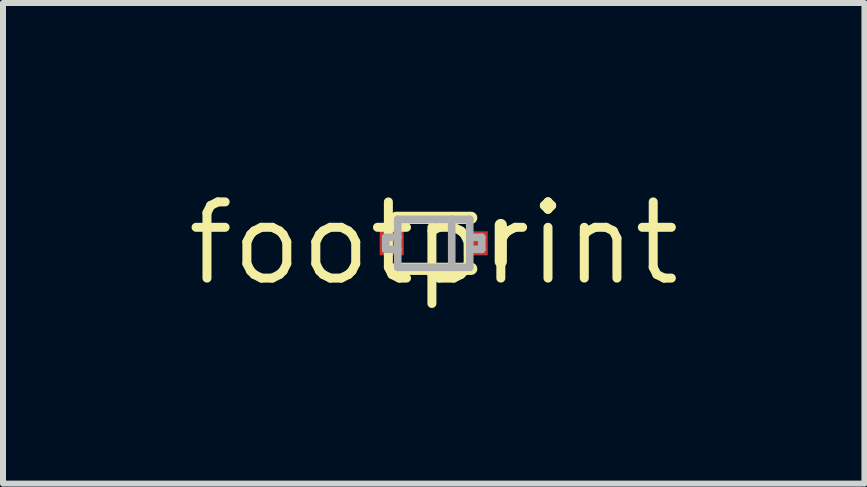
<source format=kicad_pcb>
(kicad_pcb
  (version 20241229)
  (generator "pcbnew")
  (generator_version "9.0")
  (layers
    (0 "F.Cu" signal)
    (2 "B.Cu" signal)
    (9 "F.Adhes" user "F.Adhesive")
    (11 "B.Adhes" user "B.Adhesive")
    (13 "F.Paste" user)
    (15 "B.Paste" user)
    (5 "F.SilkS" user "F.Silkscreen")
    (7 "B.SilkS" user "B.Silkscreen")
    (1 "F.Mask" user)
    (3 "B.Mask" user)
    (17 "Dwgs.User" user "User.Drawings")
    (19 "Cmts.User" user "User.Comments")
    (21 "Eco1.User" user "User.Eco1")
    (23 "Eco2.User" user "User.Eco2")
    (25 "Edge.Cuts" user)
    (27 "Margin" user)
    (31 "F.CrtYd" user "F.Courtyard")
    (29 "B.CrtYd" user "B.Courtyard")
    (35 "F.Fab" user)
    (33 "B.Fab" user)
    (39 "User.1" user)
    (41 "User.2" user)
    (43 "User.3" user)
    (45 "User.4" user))
  (footprint "footprint"
    (layer "F.Cu")
    (at 4.18 1.006)
    (property "Reference" "footprint" (at 0 0 0) (layer "F.SilkS") (effects (font (size 1.27 1.27) (thickness 0.15))))
    (fp_line (start -0.625 0.425) (end 0.625 0.425) (stroke (width 0.203) (type solid)) (layer "F.SilkS"))
    (fp_line (start 0.625 -0.425) (end -0.625 -0.425) (stroke (width 0.203) (type solid)) (layer "F.SilkS"))
    (fp_line (start 1.118 -0.305) (end 1.118 0.305) (stroke (width 0.203) (type solid)) (layer "F.SilkS"))
    (fp_line (start -0.8 -0.1) (end -0.8 0.1) (stroke (width 0.127) (type solid)) (layer "F.Fab"))
    (fp_line (start -0.6 -0.4) (end -0.6 -0.1) (stroke (width 0.127) (type solid)) (layer "F.Fab"))
    (fp_line (start -0.6 -0.1) (end -0.8 -0.1) (stroke (width 0.127) (type solid)) (layer "F.Fab"))
    (fp_line (start -0.6 -0.1) (end -0.6 0.1) (stroke (width 0.127) (type solid)) (layer "F.Fab"))
    (fp_line (start -0.6 0.1) (end -0.8 0.1) (stroke (width 0.127) (type solid)) (layer "F.Fab"))
    (fp_line (start -0.6 0.1) (end -0.6 0.4) (stroke (width 0.127) (type solid)) (layer "F.Fab"))
    (fp_line (start -0.6 0.4) (end 0.3 0.4) (stroke (width 0.127) (type solid)) (layer "F.Fab"))
    (fp_line (start 0.3 -0.4) (end -0.6 -0.4) (stroke (width 0.127) (type solid)) (layer "F.Fab"))
    (fp_line (start 0.3 -0.4) (end 0.3 0.4) (stroke (width 0.127) (type solid)) (layer "F.Fab"))
    (fp_line (start 0.3 0.4) (end 0.6 0.4) (stroke (width 0.127) (type solid)) (layer "F.Fab"))
    (fp_line (start 0.6 -0.4) (end 0.3 -0.4) (stroke (width 0.127) (type solid)) (layer "F.Fab"))
    (fp_line (start 0.6 -0.1) (end 0.6 -0.4) (stroke (width 0.127) (type solid)) (layer "F.Fab"))
    (fp_line (start 0.6 -0.1) (end 0.8 -0.1) (stroke (width 0.127) (type solid)) (layer "F.Fab"))
    (fp_line (start 0.6 0.1) (end 0.6 -0.1) (stroke (width 0.127) (type solid)) (layer "F.Fab"))
    (fp_line (start 0.6 0.4) (end 0.6 0.1) (stroke (width 0.127) (type solid)) (layer "F.Fab"))
    (fp_line (start 0.8 -0.1) (end 0.8 0.1) (stroke (width 0.127) (type solid)) (layer "F.Fab"))
    (fp_line (start 0.8 0.1) (end 0.6 0.1) (stroke (width 0.127) (type solid)) (layer "F.Fab"))
    (pad "A" smd rect (at -0.7 0) (size 0.4 0.4) (layers "F.Cu" "F.Mask" "F.Paste"))
    (pad "C" smd rect (at 0.7 0) (size 0.4 0.4) (layers "F.Cu" "F.Mask" "F.Paste")))
  (gr_rect
    (start -3 -3)
    (end 11.36 5.012)
    (stroke (width 0.1) (type default))
    (fill no)
    (layer "Edge.Cuts")))
</source>
